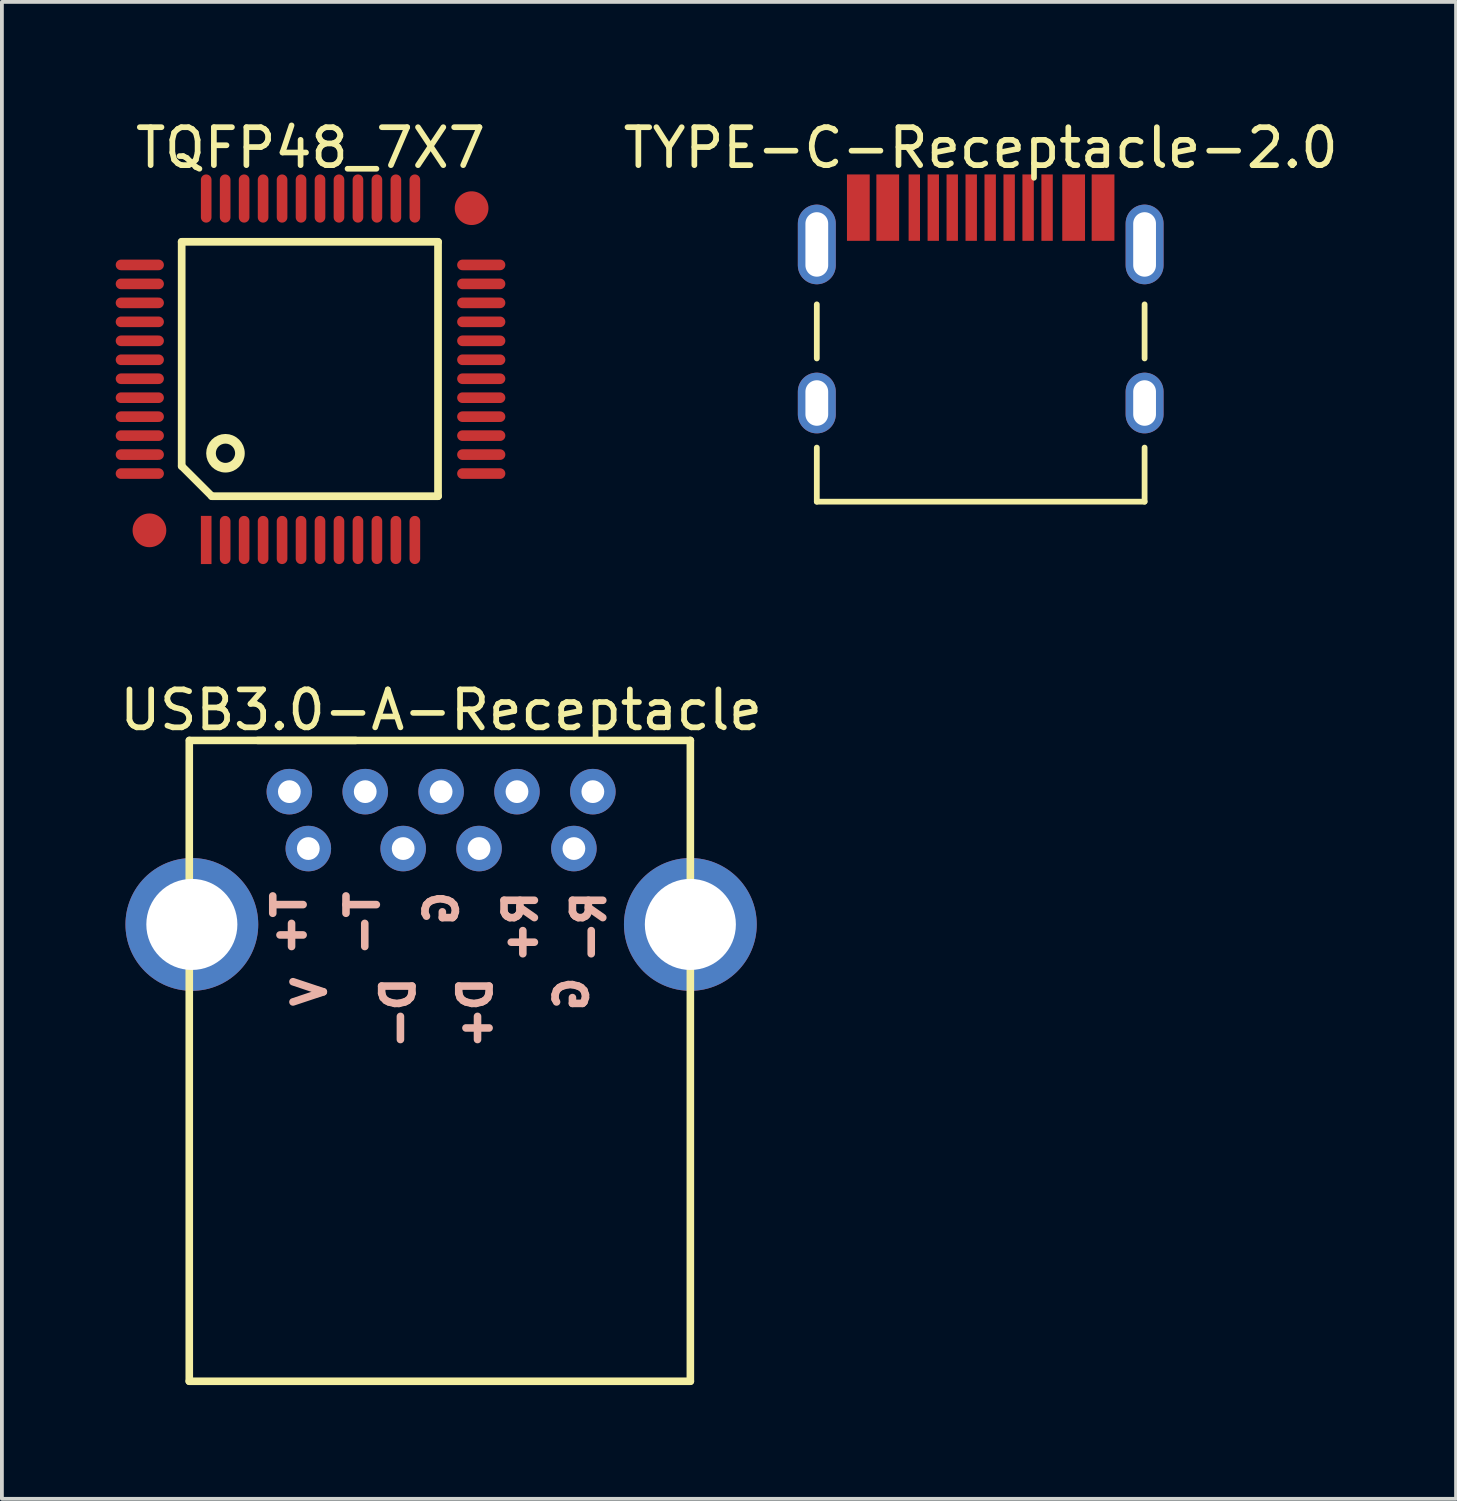
<source format=kicad_pcb>
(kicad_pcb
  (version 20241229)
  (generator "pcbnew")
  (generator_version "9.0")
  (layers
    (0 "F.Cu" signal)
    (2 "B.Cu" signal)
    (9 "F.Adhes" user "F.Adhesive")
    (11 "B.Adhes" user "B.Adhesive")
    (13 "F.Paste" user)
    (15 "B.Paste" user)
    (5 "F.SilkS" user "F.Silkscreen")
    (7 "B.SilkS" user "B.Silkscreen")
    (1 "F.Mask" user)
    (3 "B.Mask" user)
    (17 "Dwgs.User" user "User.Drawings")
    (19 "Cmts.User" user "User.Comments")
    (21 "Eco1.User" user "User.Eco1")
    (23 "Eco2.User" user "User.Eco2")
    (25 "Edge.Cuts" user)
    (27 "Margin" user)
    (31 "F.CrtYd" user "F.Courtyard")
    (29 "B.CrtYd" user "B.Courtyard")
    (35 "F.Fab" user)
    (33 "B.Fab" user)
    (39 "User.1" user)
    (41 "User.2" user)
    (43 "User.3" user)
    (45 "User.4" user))
  (footprint "TYPE-C-Receptacle-2.0"
    (layer "F.Cu")
    (at 22.8 2.423)
    (property "Reference" "TYPE-C-Receptacle-2.0" (at 0 -1.575 0) (layer "F.SilkS") (effects (font (size 1 1) (thickness 0.15))))
    (fp_line (start -4.32 3.975) (end -4.32 2.55) (stroke (width 0.152) (type solid)) (layer "F.SilkS"))
    (fp_line (start -4.32 7.75) (end -4.32 6.325) (stroke (width 0.152) (type solid)) (layer "F.SilkS"))
    (fp_line (start -4.32 7.75) (end 4.32 7.75) (stroke (width 0.152) (type solid)) (layer "F.SilkS"))
    (fp_line (start 4.32 3.975) (end 4.32 2.55) (stroke (width 0.152) (type solid)) (layer "F.SilkS"))
    (fp_line (start 4.32 7.75) (end 4.32 6.325) (stroke (width 0.152) (type solid)) (layer "F.SilkS"))
    (fp_circle (center -2.89 1.5) (end -2.89 1.175) (stroke (width 0.102) (type solid)) (fill no) (layer "User.1"))
    (fp_circle (center 2.89 1.5) (end 2.89 1.175) (stroke (width 0.102) (type solid)) (fill no) (layer "User.1"))
    (pad "0" thru_hole oval (at -4.32 0.97) (size 1 2.1) (drill oval 0.6 1.7) (layers "*.Cu" "*.Mask"))
    (pad "0" thru_hole oval (at -4.32 5.15) (size 1 1.6) (drill oval 0.6 1.2) (layers "*.Cu" "*.Mask"))
    (pad "0" thru_hole oval (at 4.32 0.97) (size 1 2.1) (drill oval 0.6 1.7) (layers "*.Cu" "*.Mask"))
    (pad "0" thru_hole oval (at 4.32 5.15) (size 1 1.6) (drill oval 0.6 1.2) (layers "*.Cu" "*.Mask"))
    (pad "A1" smd rect (at -3.225 0 180) (size 0.6 1.75) (layers "F.Cu" "F.Mask" "F.Paste"))
    (pad "A4" smd rect (at -2.45 0 180) (size 0.6 1.75) (layers "F.Cu" "F.Mask" "F.Paste"))
    (pad "A5" smd rect (at -1.25 0 180) (size 0.3 1.75) (layers "F.Cu" "F.Mask" "F.Paste"))
    (pad "A6" smd rect (at -0.25 0 180) (size 0.3 1.75) (layers "F.Cu" "F.Mask" "F.Paste"))
    (pad "A7" smd rect (at 0.25 0 180) (size 0.3 1.75) (layers "F.Cu" "F.Mask" "F.Paste"))
    (pad "A8" smd rect (at 1.25 0 180) (size 0.3 1.75) (layers "F.Cu" "F.Mask" "F.Paste"))
    (pad "B1" smd rect (at 3.225 0) (size 0.6 1.75) (layers "F.Cu" "F.Mask" "F.Paste"))
    (pad "B4" smd rect (at 2.45 0) (size 0.6 1.75) (layers "F.Cu" "F.Mask" "F.Paste"))
    (pad "B5" smd rect (at 1.75 0 180) (size 0.3 1.75) (layers "F.Cu" "F.Mask" "F.Paste"))
    (pad "B6" smd rect (at 0.75 0 180) (size 0.3 1.75) (layers "F.Cu" "F.Mask" "F.Paste"))
    (pad "B7" smd rect (at -0.75 0 180) (size 0.3 1.75) (layers "F.Cu" "F.Mask" "F.Paste"))
    (pad "B8" smd rect (at -1.75 0 180) (size 0.3 1.75) (layers "F.Cu" "F.Mask" "F.Paste"))
    (zone (net_name "") (layers "F.Cu" "B.Cu") (hatch edge 0.5) (connect_pads) (min_thickness 0.25) (filled_areas_thickness no) (keepout (tracks not_allowed) (vias not_allowed) (pads not_allowed) (copperpour not_allowed) (footprints allowed)) (placement (enabled no)) (fill) (polygon (pts (xy 20.053 3.577) (xy 20.138 3.626) (xy 20.207 3.695) (xy 20.256 3.78) (xy 20.282 3.874) (xy 20.282 3.972) (xy 20.256 4.067) (xy 20.207 4.152) (xy 20.138 4.221) (xy 20.053 4.27) (xy 19.959 4.295) (xy 19.861 4.295) (xy 19.766 4.27) (xy 19.681 4.221) (xy 19.612 4.152) (xy 19.563 4.067) (xy 19.538 3.972) (xy 19.538 3.874) (xy 19.54 3.869) (xy 19.635 3.869) (xy 19.635 3.978) (xy 19.677 4.079) (xy 19.754 4.156) (xy 19.855 4.198) (xy 19.964 4.198) (xy 20.066 4.156) (xy 20.143 4.079) (xy 20.185 3.978) (xy 20.185 3.869) (xy 20.143 3.767) (xy 20.066 3.69) (xy 19.964 3.648) (xy 19.855 3.648) (xy 19.754 3.69) (xy 19.677 3.767) (xy 19.635 3.869) (xy 19.54 3.869) (xy 19.563 3.78) (xy 19.612 3.695) (xy 19.681 3.626) (xy 19.766 3.577) (xy 19.861 3.551) (xy 19.959 3.551))))
    (zone (net_name "") (layers "F.Cu" "B.Cu") (hatch edge 0.5) (connect_pads) (min_thickness 0.25) (filled_areas_thickness no) (keepout (tracks not_allowed) (vias not_allowed) (pads not_allowed) (copperpour not_allowed) (footprints allowed)) (placement (enabled no)) (fill) (polygon (pts (xy 25.833 3.577) (xy 25.918 3.626) (xy 25.987 3.695) (xy 26.036 3.78) (xy 26.062 3.874) (xy 26.062 3.972) (xy 26.036 4.067) (xy 25.987 4.152) (xy 25.918 4.221) (xy 25.833 4.27) (xy 25.739 4.295) (xy 25.641 4.295) (xy 25.546 4.27) (xy 25.461 4.221) (xy 25.392 4.152) (xy 25.343 4.067) (xy 25.318 3.972) (xy 25.318 3.874) (xy 25.32 3.869) (xy 25.415 3.869) (xy 25.415 3.978) (xy 25.457 4.079) (xy 25.534 4.156) (xy 25.635 4.198) (xy 25.744 4.198) (xy 25.846 4.156) (xy 25.923 4.079) (xy 25.965 3.978) (xy 25.965 3.869) (xy 25.923 3.767) (xy 25.846 3.69) (xy 25.744 3.648) (xy 25.635 3.648) (xy 25.534 3.69) (xy 25.457 3.767) (xy 25.415 3.869) (xy 25.32 3.869) (xy 25.343 3.78) (xy 25.392 3.695) (xy 25.461 3.626) (xy 25.546 3.577) (xy 25.641 3.551) (xy 25.739 3.551)))))
  (footprint "USB3.0-A-Receptacle"
    (layer "F.Cu")
    (at 5.077 19.317)
    (property "Reference" "USB3.0-A-Receptacle" (at 3.5 -3.65 0) (layer "F.SilkS") (effects (font (size 1 1) (thickness 0.15))))
    (fp_line (start -3.138 14.041) (end -3.138 -2.85) (stroke (width 0.2) (type solid)) (layer "F.SilkS"))
    (fp_line (start -3.138 14.041) (end 10.07 14.041) (stroke (width 0.2) (type solid)) (layer "F.SilkS"))
    (fp_line (start -3.13 -2.85) (end 10.07 -2.85) (stroke (width 0.2) (type solid)) (layer "F.SilkS"))
    (fp_line (start -1.33 -2.85) (end 1.245 -2.85) (stroke (width 0.2) (type solid)) (layer "F.SilkS"))
    (fp_line (start 10.07 14.041) (end 10.07 -2.85) (stroke (width 0.2) (type solid)) (layer "F.SilkS"))
    (fp_text user "T-" (at 1.901 1.041 90) (unlocked yes) (layer "B.SilkS") (effects (font (size 0.8 0.8) (thickness 0.203)) (justify left bottom mirror)))
    (fp_text user "V" (at 0.504 3.302 90) (unlocked yes) (layer "B.SilkS") (effects (font (size 0.8 0.8) (thickness 0.203)) (justify left bottom mirror)))
    (fp_text user "G" (at 3.984 1.041 90) (unlocked yes) (layer "B.SilkS") (effects (font (size 0.8 0.8) (thickness 0.203)) (justify left bottom mirror)))
    (fp_text user "T+" (at -0.029 1.041 90) (unlocked yes) (layer "B.SilkS") (effects (font (size 0.8 0.8) (thickness 0.203)) (justify left bottom mirror)))
    (fp_text user "G" (at 7.413 3.302 90) (unlocked yes) (layer "B.SilkS") (effects (font (size 0.8 0.8) (thickness 0.203)) (justify left bottom mirror)))
    (fp_text user "D-" (at 2.841 3.302 90) (unlocked yes) (layer "B.SilkS") (effects (font (size 0.8 0.8) (thickness 0.203)) (justify left bottom mirror)))
    (fp_text user "D+" (at 4.873 3.302 90) (unlocked yes) (layer "B.SilkS") (effects (font (size 0.8 0.8) (thickness 0.203)) (justify left bottom mirror)))
    (fp_text user "R+" (at 6.067 1.041 90) (unlocked yes) (layer "B.SilkS") (effects (font (size 0.8 0.8) (thickness 0.203)) (justify left bottom mirror)))
    (fp_text user "R-" (at 7.87 1.041 90) (unlocked yes) (layer "B.SilkS") (effects (font (size 0.8 0.8) (thickness 0.203)) (justify left bottom mirror)))
    (pad "0" thru_hole circle (at -3.07 2 180) (size 3.5 3.5) (drill 2.4) (layers "*.Cu" "*.Mask"))
    (pad "0" thru_hole circle (at 10.07 2 180) (size 3.5 3.5) (drill 2.4) (layers "*.Cu" "*.Mask"))
    (pad "1" thru_hole circle (at 0 0 180) (size 1.2 1.2) (drill 0.6) (layers "*.Cu" "*.Mask"))
    (pad "2" thru_hole circle (at 2.5 0 180) (size 1.2 1.2) (drill 0.6) (layers "*.Cu" "*.Mask"))
    (pad "3" thru_hole circle (at 4.5 0 180) (size 1.2 1.2) (drill 0.6) (layers "*.Cu" "*.Mask"))
    (pad "4" thru_hole circle (at 7 0 180) (size 1.2 1.2) (drill 0.6) (layers "*.Cu" "*.Mask"))
    (pad "5" thru_hole circle (at 7.5 -1.5 180) (size 1.2 1.2) (drill 0.6) (layers "*.Cu" "*.Mask"))
    (pad "6" thru_hole circle (at 5.5 -1.5 180) (size 1.2 1.2) (drill 0.6) (layers "*.Cu" "*.Mask"))
    (pad "7" thru_hole circle (at 3.5 -1.5 180) (size 1.2 1.2) (drill 0.6) (layers "*.Cu" "*.Mask"))
    (pad "8" thru_hole circle (at 1.5 -1.5 180) (size 1.2 1.2) (drill 0.6) (layers "*.Cu" "*.Mask"))
    (pad "9" thru_hole circle (at -0.5 -1.5 180) (size 1.2 1.2) (drill 0.6) (layers "*.Cu" "*.Mask")))
  (footprint "TQFP48_7X7"
    (layer "F.Cu")
    (at 2.385 11.183)
    (property "Reference" "TQFP48_7X7" (at 2.75 -10.335 0) (layer "F.SilkS") (effects (font (size 1 1) (thickness 0.15))))
    (fp_line (start -0.646 -7.859) (end 6.111 -7.859) (stroke (width 0.203) (type solid)) (layer "F.SilkS"))
    (fp_line (start -0.646 -1.947) (end -0.646 -7.859) (stroke (width 0.203) (type solid)) (layer "F.SilkS"))
    (fp_line (start -0.646 -1.947) (end 0.148 -1.154) (stroke (width 0.2) (type solid)) (layer "F.SilkS"))
    (fp_line (start 0.148 -1.154) (end 6.111 -1.154) (stroke (width 0.203) (type solid)) (layer "F.SilkS"))
    (fp_line (start 6.111 -1.154) (end 6.111 -7.859) (stroke (width 0.203) (type solid)) (layer "F.SilkS"))
    (fp_circle (center 0.508 -2.286) (end 0.508 -2.667) (stroke (width 0.254) (type solid)) (fill no) (layer "F.SilkS"))
    (pad "0" smd circle (at -1.496 -0.254) (size 0.889 0.889) (layers "F.Cu" "F.Mask" "F.Paste"))
    (pad "0" smd circle (at 6.996 -8.746) (size 0.889 0.889) (layers "F.Cu" "F.Mask" "F.Paste"))
    (pad "1" smd rect (at 0 0) (size 0.28 1.27) (layers "F.Cu" "F.Mask" "F.Paste"))
    (pad "2" smd oval (at 0.5 0) (size 0.28 1.27) (layers "F.Cu" "F.Mask" "F.Paste"))
    (pad "3" smd oval (at 1 0) (size 0.28 1.27) (layers "F.Cu" "F.Mask" "F.Paste"))
    (pad "4" smd oval (at 1.5 0) (size 0.28 1.27) (layers "F.Cu" "F.Mask" "F.Paste"))
    (pad "5" smd oval (at 2 0) (size 0.28 1.27) (layers "F.Cu" "F.Mask" "F.Paste"))
    (pad "6" smd oval (at 2.5 0) (size 0.28 1.27) (layers "F.Cu" "F.Mask" "F.Paste"))
    (pad "7" smd oval (at 3 0) (size 0.28 1.27) (layers "F.Cu" "F.Mask" "F.Paste"))
    (pad "8" smd oval (at 3.5 0) (size 0.28 1.27) (layers "F.Cu" "F.Mask" "F.Paste"))
    (pad "9" smd oval (at 4 0) (size 0.28 1.27) (layers "F.Cu" "F.Mask" "F.Paste"))
    (pad "10" smd oval (at 4.5 0) (size 0.28 1.27) (layers "F.Cu" "F.Mask" "F.Paste"))
    (pad "11" smd oval (at 5 0) (size 0.28 1.27) (layers "F.Cu" "F.Mask" "F.Paste"))
    (pad "12" smd oval (at 5.5 0) (size 0.28 1.27) (layers "F.Cu" "F.Mask" "F.Paste"))
    (pad "13" smd oval (at 7.25 -1.75 90) (size 0.28 1.27) (layers "F.Cu" "F.Mask" "F.Paste"))
    (pad "14" smd oval (at 7.25 -2.25 90) (size 0.28 1.27) (layers "F.Cu" "F.Mask" "F.Paste"))
    (pad "15" smd oval (at 7.25 -2.75 90) (size 0.28 1.27) (layers "F.Cu" "F.Mask" "F.Paste"))
    (pad "16" smd oval (at 7.25 -3.25 90) (size 0.28 1.27) (layers "F.Cu" "F.Mask" "F.Paste"))
    (pad "17" smd oval (at 7.25 -3.75 90) (size 0.28 1.27) (layers "F.Cu" "F.Mask" "F.Paste"))
    (pad "18" smd oval (at 7.25 -4.25 90) (size 0.28 1.27) (layers "F.Cu" "F.Mask" "F.Paste"))
    (pad "19" smd oval (at 7.25 -4.75 90) (size 0.28 1.27) (layers "F.Cu" "F.Mask" "F.Paste"))
    (pad "20" smd oval (at 7.25 -5.25 90) (size 0.28 1.27) (layers "F.Cu" "F.Mask" "F.Paste"))
    (pad "21" smd oval (at 7.25 -5.75 90) (size 0.28 1.27) (layers "F.Cu" "F.Mask" "F.Paste"))
    (pad "22" smd oval (at 7.25 -6.25 90) (size 0.28 1.27) (layers "F.Cu" "F.Mask" "F.Paste"))
    (pad "23" smd oval (at 7.25 -6.75 90) (size 0.28 1.27) (layers "F.Cu" "F.Mask" "F.Paste"))
    (pad "24" smd oval (at 7.25 -7.25 90) (size 0.28 1.27) (layers "F.Cu" "F.Mask" "F.Paste"))
    (pad "25" smd oval (at 5.5 -9) (size 0.28 1.27) (layers "F.Cu" "F.Mask" "F.Paste"))
    (pad "26" smd oval (at 5 -9) (size 0.28 1.27) (layers "F.Cu" "F.Mask" "F.Paste"))
    (pad "27" smd oval (at 4.5 -9) (size 0.28 1.27) (layers "F.Cu" "F.Mask" "F.Paste"))
    (pad "28" smd oval (at 4 -9) (size 0.28 1.27) (layers "F.Cu" "F.Mask" "F.Paste"))
    (pad "29" smd oval (at 3.5 -9) (size 0.28 1.27) (layers "F.Cu" "F.Mask" "F.Paste"))
    (pad "30" smd oval (at 3 -9) (size 0.28 1.27) (layers "F.Cu" "F.Mask" "F.Paste"))
    (pad "31" smd oval (at 2.5 -9) (size 0.28 1.27) (layers "F.Cu" "F.Mask" "F.Paste"))
    (pad "32" smd oval (at 2 -9) (size 0.28 1.27) (layers "F.Cu" "F.Mask" "F.Paste"))
    (pad "33" smd oval (at 1.5 -9) (size 0.28 1.27) (layers "F.Cu" "F.Mask" "F.Paste"))
    (pad "34" smd oval (at 1 -9) (size 0.28 1.27) (layers "F.Cu" "F.Mask" "F.Paste"))
    (pad "35" smd oval (at 0.5 -9) (size 0.28 1.27) (layers "F.Cu" "F.Mask" "F.Paste"))
    (pad "36" smd oval (at 0 -9) (size 0.28 1.27) (layers "F.Cu" "F.Mask" "F.Paste"))
    (pad "37" smd oval (at -1.75 -7.25 90) (size 0.28 1.27) (layers "F.Cu" "F.Mask" "F.Paste"))
    (pad "38" smd oval (at -1.75 -6.75 90) (size 0.28 1.27) (layers "F.Cu" "F.Mask" "F.Paste"))
    (pad "39" smd oval (at -1.75 -6.25 90) (size 0.28 1.27) (layers "F.Cu" "F.Mask" "F.Paste"))
    (pad "40" smd oval (at -1.75 -5.75 90) (size 0.28 1.27) (layers "F.Cu" "F.Mask" "F.Paste"))
    (pad "41" smd oval (at -1.75 -5.25 90) (size 0.28 1.27) (layers "F.Cu" "F.Mask" "F.Paste"))
    (pad "42" smd oval (at -1.75 -4.75 90) (size 0.28 1.27) (layers "F.Cu" "F.Mask" "F.Paste"))
    (pad "43" smd oval (at -1.75 -4.25 90) (size 0.28 1.27) (layers "F.Cu" "F.Mask" "F.Paste"))
    (pad "44" smd oval (at -1.75 -3.75 90) (size 0.28 1.27) (layers "F.Cu" "F.Mask" "F.Paste"))
    (pad "45" smd oval (at -1.75 -3.25 90) (size 0.28 1.27) (layers "F.Cu" "F.Mask" "F.Paste"))
    (pad "46" smd oval (at -1.75 -2.75 90) (size 0.28 1.27) (layers "F.Cu" "F.Mask" "F.Paste"))
    (pad "47" smd oval (at -1.75 -2.25 90) (size 0.28 1.27) (layers "F.Cu" "F.Mask" "F.Paste"))
    (pad "48" smd oval (at -1.75 -1.75 90) (size 0.28 1.27) (layers "F.Cu" "F.Mask" "F.Paste")))
  (gr_rect
    (start -3 -3)
    (end 35.33 36.457)
    (stroke (width 0.1) (type default))
    (fill no)
    (layer "Edge.Cuts")))
</source>
